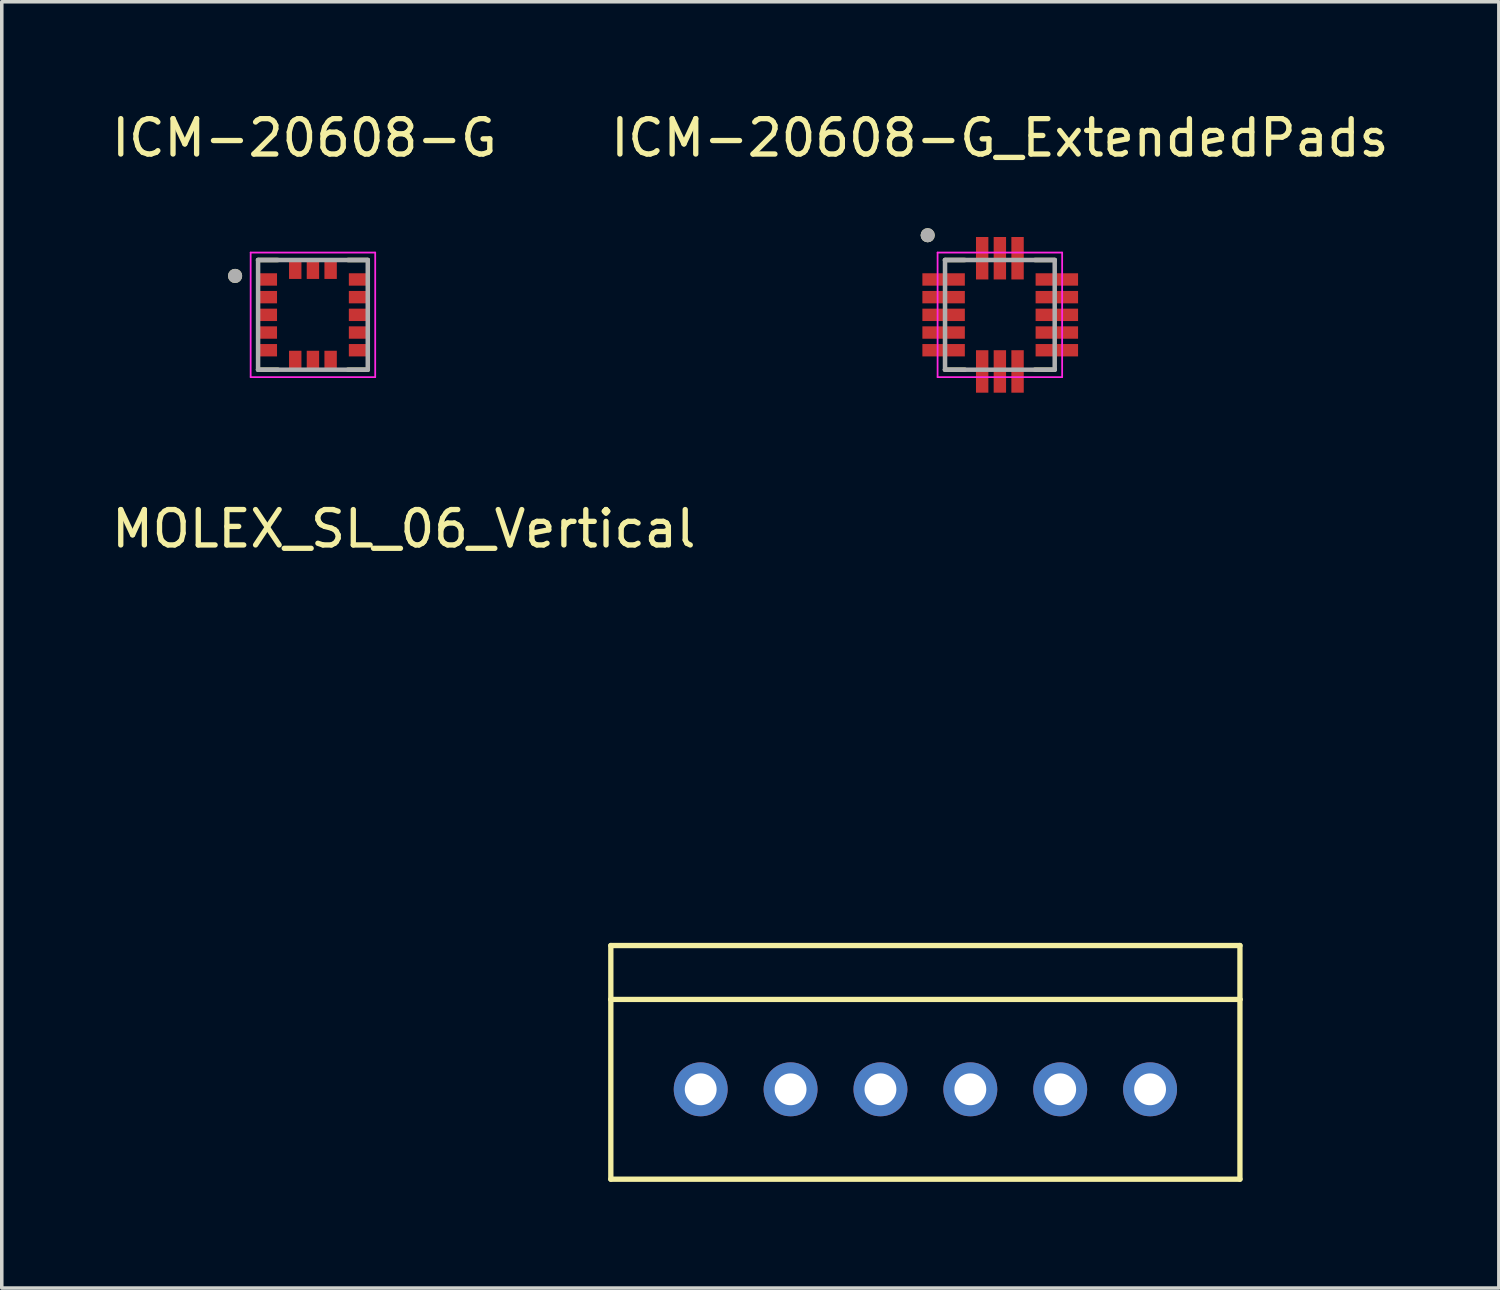
<source format=kicad_pcb>
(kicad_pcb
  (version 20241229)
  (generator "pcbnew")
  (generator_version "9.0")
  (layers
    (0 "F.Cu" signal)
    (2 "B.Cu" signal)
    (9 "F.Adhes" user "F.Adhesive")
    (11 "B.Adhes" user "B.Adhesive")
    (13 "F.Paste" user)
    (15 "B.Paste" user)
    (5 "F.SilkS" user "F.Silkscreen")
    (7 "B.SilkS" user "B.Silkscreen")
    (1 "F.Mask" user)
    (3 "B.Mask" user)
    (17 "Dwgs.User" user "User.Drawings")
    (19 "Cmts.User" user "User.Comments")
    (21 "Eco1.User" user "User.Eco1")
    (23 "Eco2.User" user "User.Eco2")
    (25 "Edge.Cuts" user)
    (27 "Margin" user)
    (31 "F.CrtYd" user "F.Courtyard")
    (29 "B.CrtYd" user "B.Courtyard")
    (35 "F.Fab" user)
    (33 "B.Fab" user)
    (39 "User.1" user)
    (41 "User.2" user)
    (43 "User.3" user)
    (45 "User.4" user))
  (footprint "MOLEX_SL_06_Vertical"
    (layer "F.Cu")
    (at 16.753 27.736)
    (property "Reference" "MOLEX_SL_06_Vertical" (at -8.39 -15.84 0) (unlocked yes) (layer "F.SilkS") (effects (font (size 1 1) (thickness 0.15))))
    (attr through_hole)
    (fp_line (start -2.54 -4.064) (end -2.54 -2.54) (stroke (width 0.15) (type solid)) (layer "F.SilkS"))
    (fp_line (start -2.54 -2.54) (end 15.24 -2.54) (stroke (width 0.15) (type solid)) (layer "F.SilkS"))
    (fp_line (start -2.54 2.54) (end -2.54 -2.54) (stroke (width 0.15) (type solid)) (layer "F.SilkS"))
    (fp_line (start 15.24 -4.064) (end -2.54 -4.064) (stroke (width 0.15) (type solid)) (layer "F.SilkS"))
    (fp_line (start 15.24 -2.54) (end 15.24 -4.064) (stroke (width 0.15) (type solid)) (layer "F.SilkS"))
    (fp_line (start 15.24 2.54) (end -2.54 2.54) (stroke (width 0.15) (type solid)) (layer "F.SilkS"))
    (fp_line (start 15.24 2.54) (end 15.24 -2.54) (stroke (width 0.15) (type solid)) (layer "F.SilkS"))
    (pad "1" thru_hole circle (at 0 0) (size 1.524 1.524) (drill 0.9) (layers "*.Cu" "*.Mask"))
    (pad "2" thru_hole circle (at 2.54 0) (size 1.524 1.524) (drill 0.9) (layers "*.Cu" "*.Mask"))
    (pad "3" thru_hole circle (at 5.08 0) (size 1.524 1.524) (drill 0.9) (layers "*.Cu" "*.Mask"))
    (pad "4" thru_hole circle (at 7.62 0) (size 1.524 1.524) (drill 0.9) (layers "*.Cu" "*.Mask"))
    (pad "5" thru_hole circle (at 10.16 0) (size 1.524 1.524) (drill 0.9) (layers "*.Cu" "*.Mask"))
    (pad "6" thru_hole circle (at 12.7 0) (size 1.524 1.524) (drill 0.9) (layers "*.Cu" "*.Mask")))
  (footprint "ICM-20608-G"
    (layer "F.Cu")
    (at 5.554 5.848)
    (property "Reference" "ICM-20608-G" (at 0 -5 0) (unlocked yes) (layer "F.SilkS") (effects (font (size 1 1) (thickness 0.15))))
    (attr smd)
    (fp_line (start -1.31 -1.55) (end -0.75 -1.55) (stroke (width 0.127) (type solid)) (layer "F.SilkS"))
    (fp_line (start -1.31 1.55) (end -0.75 1.55) (stroke (width 0.127) (type solid)) (layer "F.SilkS"))
    (fp_line (start 1.79 -1.55) (end 1.23 -1.55) (stroke (width 0.127) (type solid)) (layer "F.SilkS"))
    (fp_line (start 1.79 1.55) (end 1.23 1.55) (stroke (width 0.127) (type solid)) (layer "F.SilkS"))
    (fp_circle (center -1.96 -1.1) (end -1.86 -1.1) (stroke (width 0.2) (type solid)) (fill no) (layer "F.SilkS"))
    (fp_line (start -1.52 -1.76) (end 2 -1.76) (stroke (width 0.05) (type solid)) (layer "F.CrtYd"))
    (fp_line (start -1.52 1.76) (end -1.52 -1.76) (stroke (width 0.05) (type solid)) (layer "F.CrtYd"))
    (fp_line (start 2 -1.76) (end 2 1.76) (stroke (width 0.05) (type solid)) (layer "F.CrtYd"))
    (fp_line (start 2 1.76) (end -1.52 1.76) (stroke (width 0.05) (type solid)) (layer "F.CrtYd"))
    (fp_line (start -1.31 -1.55) (end 1.79 -1.55) (stroke (width 0.127) (type solid)) (layer "F.Fab"))
    (fp_line (start -1.31 1.55) (end -1.31 -1.55) (stroke (width 0.127) (type solid)) (layer "F.Fab"))
    (fp_line (start 1.79 -1.55) (end 1.79 1.55) (stroke (width 0.127) (type solid)) (layer "F.Fab"))
    (fp_line (start 1.79 1.55) (end -1.31 1.55) (stroke (width 0.127) (type solid)) (layer "F.Fab"))
    (fp_circle (center -1.96 -1.1) (end -1.86 -1.1) (stroke (width 0.2) (type solid)) (fill no) (layer "F.Fab"))
    (pad "1" smd rect (at -1.02 -1) (size 0.49 0.35) (layers "F.Cu" "F.Mask" "F.Paste"))
    (pad "2" smd rect (at -1.02 -0.5) (size 0.49 0.35) (layers "F.Cu" "F.Mask" "F.Paste"))
    (pad "3" smd rect (at -1.02 0) (size 0.49 0.35) (layers "F.Cu" "F.Mask" "F.Paste"))
    (pad "4" smd rect (at -1.02 0.5) (size 0.49 0.35) (layers "F.Cu" "F.Mask" "F.Paste"))
    (pad "5" smd rect (at -1.02 1) (size 0.49 0.35) (layers "F.Cu" "F.Mask" "F.Paste"))
    (pad "6" smd rect (at -0.26 1.26) (size 0.35 0.49) (layers "F.Cu" "F.Mask" "F.Paste"))
    (pad "7" smd rect (at 0.24 1.26) (size 0.35 0.49) (layers "F.Cu" "F.Mask" "F.Paste"))
    (pad "8" smd rect (at 0.74 1.26) (size 0.35 0.49) (layers "F.Cu" "F.Mask" "F.Paste"))
    (pad "9" smd rect (at 1.5 1) (size 0.49 0.35) (layers "F.Cu" "F.Mask" "F.Paste"))
    (pad "10" smd rect (at 1.5 0.5) (size 0.49 0.35) (layers "F.Cu" "F.Mask" "F.Paste"))
    (pad "11" smd rect (at 1.5 0) (size 0.49 0.35) (layers "F.Cu" "F.Mask" "F.Paste"))
    (pad "12" smd rect (at 1.5 -0.5) (size 0.49 0.35) (layers "F.Cu" "F.Mask" "F.Paste"))
    (pad "13" smd rect (at 1.5 -1) (size 0.49 0.35) (layers "F.Cu" "F.Mask" "F.Paste"))
    (pad "14" smd rect (at 0.74 -1.26) (size 0.35 0.49) (layers "F.Cu" "F.Mask" "F.Paste"))
    (pad "15" smd rect (at 0.24 -1.26) (size 0.35 0.49) (layers "F.Cu" "F.Mask" "F.Paste"))
    (pad "16" smd rect (at -0.26 -1.26) (size 0.35 0.49) (layers "F.Cu" "F.Mask" "F.Paste")))
  (footprint "ICM-20608-G_ExtendedPads"
    (layer "F.Cu")
    (at 25.208 5.848)
    (property "Reference" "ICM-20608-G_ExtendedPads" (at 0 -5 0) (unlocked yes) (layer "F.SilkS") (effects (font (size 1 1) (thickness 0.15))))
    (attr smd)
    (fp_line (start -1.55 -1.55) (end -0.99 -1.55) (stroke (width 0.127) (type solid)) (layer "F.SilkS"))
    (fp_line (start -1.55 1.55) (end -0.99 1.55) (stroke (width 0.127) (type solid)) (layer "F.SilkS"))
    (fp_line (start 1.55 -1.55) (end 0.99 -1.55) (stroke (width 0.127) (type solid)) (layer "F.SilkS"))
    (fp_line (start 1.55 1.55) (end 0.99 1.55) (stroke (width 0.127) (type solid)) (layer "F.SilkS"))
    (fp_circle (center -2.04 -2.25) (end -1.94 -2.25) (stroke (width 0.2) (type solid)) (fill no) (layer "F.SilkS"))
    (fp_line (start -1.76 -1.76) (end 1.76 -1.76) (stroke (width 0.05) (type solid)) (layer "F.CrtYd"))
    (fp_line (start -1.76 1.76) (end -1.76 -1.76) (stroke (width 0.05) (type solid)) (layer "F.CrtYd"))
    (fp_line (start 1.76 -1.76) (end 1.76 1.76) (stroke (width 0.05) (type solid)) (layer "F.CrtYd"))
    (fp_line (start 1.76 1.76) (end -1.76 1.76) (stroke (width 0.05) (type solid)) (layer "F.CrtYd"))
    (fp_line (start -1.55 -1.55) (end 1.55 -1.55) (stroke (width 0.127) (type solid)) (layer "F.Fab"))
    (fp_line (start -1.55 1.55) (end -1.55 -1.55) (stroke (width 0.127) (type solid)) (layer "F.Fab"))
    (fp_line (start 1.55 -1.55) (end 1.55 1.55) (stroke (width 0.127) (type solid)) (layer "F.Fab"))
    (fp_line (start 1.55 1.55) (end -1.55 1.55) (stroke (width 0.127) (type solid)) (layer "F.Fab"))
    (fp_circle (center -2.04 -2.25) (end -1.94 -2.25) (stroke (width 0.2) (type solid)) (fill no) (layer "F.Fab"))
    (pad "1" smd rect (at -1.59 -1) (size 1.2 0.35) (layers "F.Cu" "F.Mask" "F.Paste"))
    (pad "2" smd rect (at -1.59 -0.5) (size 1.2 0.35) (layers "F.Cu" "F.Mask" "F.Paste"))
    (pad "3" smd rect (at -1.59 0) (size 1.2 0.35) (layers "F.Cu" "F.Mask" "F.Paste"))
    (pad "4" smd rect (at -1.59 0.5) (size 1.2 0.35) (layers "F.Cu" "F.Mask" "F.Paste"))
    (pad "5" smd rect (at -1.59 1) (size 1.2 0.35) (layers "F.Cu" "F.Mask" "F.Paste"))
    (pad "6" smd rect (at -0.5 1.6) (size 0.35 1.2) (layers "F.Cu" "F.Mask" "F.Paste"))
    (pad "7" smd rect (at 0 1.6) (size 0.35 1.2) (layers "F.Cu" "F.Mask" "F.Paste"))
    (pad "8" smd rect (at 0.5 1.6) (size 0.35 1.2) (layers "F.Cu" "F.Mask" "F.Paste"))
    (pad "9" smd rect (at 1.61 1) (size 1.2 0.35) (layers "F.Cu" "F.Mask" "F.Paste"))
    (pad "10" smd rect (at 1.61 0.5) (size 1.2 0.35) (layers "F.Cu" "F.Mask" "F.Paste"))
    (pad "11" smd rect (at 1.61 0) (size 1.2 0.35) (layers "F.Cu" "F.Mask" "F.Paste"))
    (pad "12" smd rect (at 1.61 -0.5) (size 1.2 0.35) (layers "F.Cu" "F.Mask" "F.Paste"))
    (pad "13" smd rect (at 1.61 -1) (size 1.2 0.35) (layers "F.Cu" "F.Mask" "F.Paste"))
    (pad "14" smd rect (at 0.5 -1.6) (size 0.35 1.2) (layers "F.Cu" "F.Mask" "F.Paste"))
    (pad "15" smd rect (at 0 -1.6) (size 0.35 1.2) (layers "F.Cu" "F.Mask" "F.Paste"))
    (pad "16" smd rect (at -0.5 -1.6) (size 0.35 1.2) (layers "F.Cu" "F.Mask" "F.Paste")))
  (gr_rect
    (start -3 -3)
    (end 39.31 33.352)
    (stroke (width 0.1) (type default))
    (fill no)
    (layer "Edge.Cuts")))
</source>
